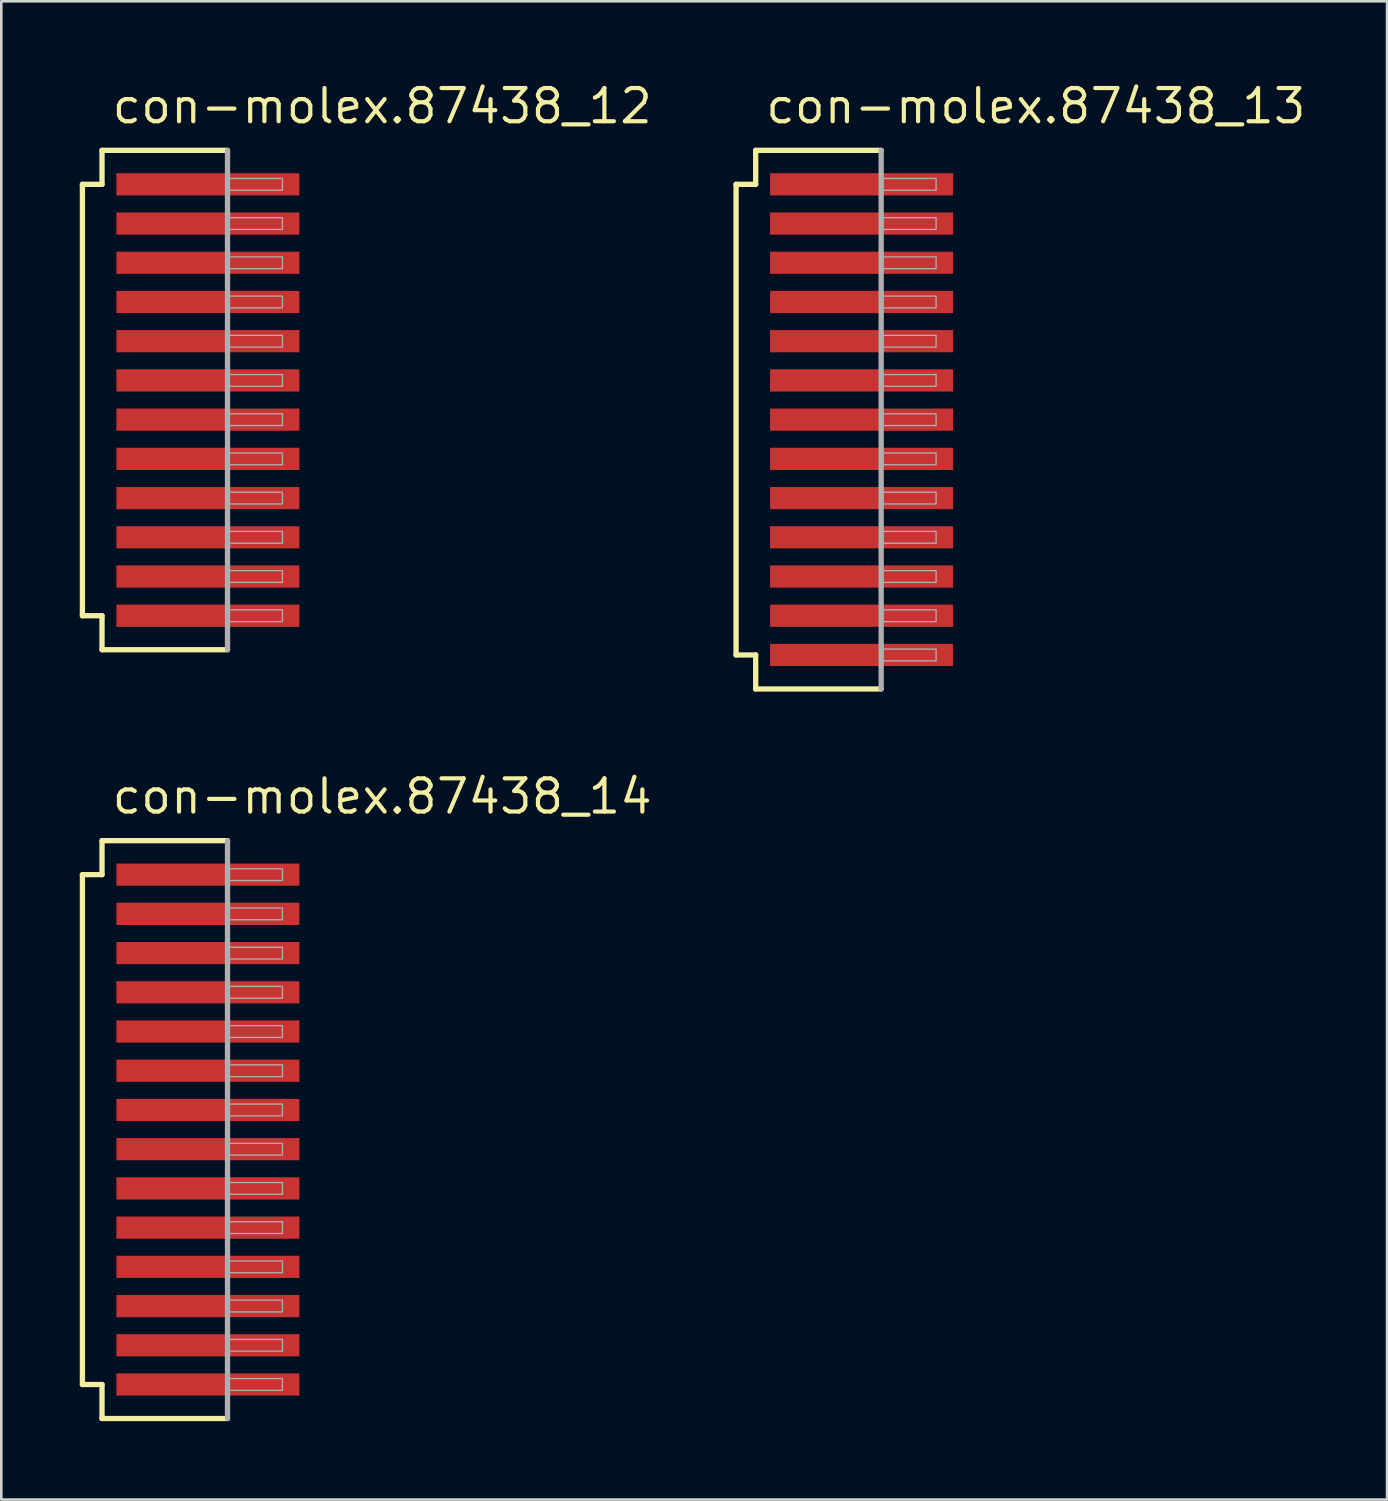
<source format=kicad_pcb>
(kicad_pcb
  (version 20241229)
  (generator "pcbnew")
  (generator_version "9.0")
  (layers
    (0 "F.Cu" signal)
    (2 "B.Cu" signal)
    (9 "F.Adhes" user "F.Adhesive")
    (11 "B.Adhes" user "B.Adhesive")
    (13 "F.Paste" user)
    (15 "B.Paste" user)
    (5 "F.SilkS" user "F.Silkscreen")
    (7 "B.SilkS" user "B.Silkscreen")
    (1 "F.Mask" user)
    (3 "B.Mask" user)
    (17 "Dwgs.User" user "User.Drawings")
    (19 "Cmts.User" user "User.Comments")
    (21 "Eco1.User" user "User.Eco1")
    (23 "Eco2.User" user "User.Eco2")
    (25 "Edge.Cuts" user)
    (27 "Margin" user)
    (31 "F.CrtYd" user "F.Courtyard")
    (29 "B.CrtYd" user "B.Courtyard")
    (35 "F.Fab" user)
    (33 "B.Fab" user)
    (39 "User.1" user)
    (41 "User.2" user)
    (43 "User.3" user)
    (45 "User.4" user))
  (footprint "con-molex.87438_12"
    (layer "F.Cu")
    (at 4.902 12.25)
    (property "Reference" "con-molex.87438_12" (at -3.75 -10.5 0) (layer "F.SilkS") (effects (font (size 1.27 1.27) (thickness 0.16)) (justify left bottom)))
    (attr smd)
    (fp_line (start -4.8 -8.25) (end -4.05 -8.25) (stroke (width 0.203) (type default)) (layer "F.SilkS"))
    (fp_line (start -4.8 8.25) (end -4.8 -8.25) (stroke (width 0.203) (type default)) (layer "F.SilkS"))
    (fp_line (start -4.05 -9.55) (end 0.75 -9.55) (stroke (width 0.203) (type default)) (layer "F.SilkS"))
    (fp_line (start -4.05 -8.25) (end -4.05 -9.55) (stroke (width 0.203) (type default)) (layer "F.SilkS"))
    (fp_line (start -4.05 8.25) (end -4.8 8.25) (stroke (width 0.203) (type default)) (layer "F.SilkS"))
    (fp_line (start -4.05 9.55) (end -4.05 8.25) (stroke (width 0.203) (type default)) (layer "F.SilkS"))
    (fp_line (start 0.75 9.55) (end -4.05 9.55) (stroke (width 0.203) (type default)) (layer "F.SilkS"))
    (fp_line (start 0.75 -9.55) (end 0.75 9.55) (stroke (width 0.203) (type default)) (layer "F.Fab"))
    (fp_rect (start 0.8 -8.025) (end 2.85 -8.475) (stroke (width 0.05) (type default)) (fill no) (layer "F.Fab"))
    (fp_rect (start 0.8 -6.525) (end 2.85 -6.975) (stroke (width 0.05) (type default)) (fill no) (layer "F.Fab"))
    (fp_rect (start 0.8 -5.025) (end 2.85 -5.475) (stroke (width 0.05) (type default)) (fill no) (layer "F.Fab"))
    (fp_rect (start 0.8 -3.525) (end 2.85 -3.975) (stroke (width 0.05) (type default)) (fill no) (layer "F.Fab"))
    (fp_rect (start 0.8 -2.025) (end 2.85 -2.475) (stroke (width 0.05) (type default)) (fill no) (layer "F.Fab"))
    (fp_rect (start 0.8 -0.525) (end 2.85 -0.975) (stroke (width 0.05) (type default)) (fill no) (layer "F.Fab"))
    (fp_rect (start 0.8 0.975) (end 2.85 0.525) (stroke (width 0.05) (type default)) (fill no) (layer "F.Fab"))
    (fp_rect (start 0.8 2.475) (end 2.85 2.025) (stroke (width 0.05) (type default)) (fill no) (layer "F.Fab"))
    (fp_rect (start 0.8 3.975) (end 2.85 3.525) (stroke (width 0.05) (type default)) (fill no) (layer "F.Fab"))
    (fp_rect (start 0.8 5.475) (end 2.85 5.025) (stroke (width 0.05) (type default)) (fill no) (layer "F.Fab"))
    (fp_rect (start 0.8 6.975) (end 2.85 6.525) (stroke (width 0.05) (type default)) (fill no) (layer "F.Fab"))
    (fp_rect (start 0.8 8.475) (end 2.85 8.025) (stroke (width 0.05) (type default)) (fill no) (layer "F.Fab"))
    (pad "1" smd roundrect (at 0 -8.25) (size 7 0.85) (layers "F.Cu" "F.Mask" "F.Paste") (roundrect_rratio 0.01))
    (pad "2" smd roundrect (at 0 -6.75) (size 7 0.85) (layers "F.Cu" "F.Mask" "F.Paste") (roundrect_rratio 0.01))
    (pad "3" smd roundrect (at 0 -5.25) (size 7 0.85) (layers "F.Cu" "F.Mask" "F.Paste") (roundrect_rratio 0.01))
    (pad "4" smd roundrect (at 0 -3.75) (size 7 0.85) (layers "F.Cu" "F.Mask" "F.Paste") (roundrect_rratio 0.01))
    (pad "5" smd roundrect (at 0 -2.25) (size 7 0.85) (layers "F.Cu" "F.Mask" "F.Paste") (roundrect_rratio 0.01))
    (pad "6" smd roundrect (at 0 -0.75) (size 7 0.85) (layers "F.Cu" "F.Mask" "F.Paste") (roundrect_rratio 0.01))
    (pad "7" smd roundrect (at 0 0.75) (size 7 0.85) (layers "F.Cu" "F.Mask" "F.Paste") (roundrect_rratio 0.01))
    (pad "8" smd roundrect (at 0 2.25) (size 7 0.85) (layers "F.Cu" "F.Mask" "F.Paste") (roundrect_rratio 0.01))
    (pad "9" smd roundrect (at 0 3.75) (size 7 0.85) (layers "F.Cu" "F.Mask" "F.Paste") (roundrect_rratio 0.01))
    (pad "10" smd roundrect (at 0 5.25) (size 7 0.85) (layers "F.Cu" "F.Mask" "F.Paste") (roundrect_rratio 0.01))
    (pad "11" smd roundrect (at 0 6.75) (size 7 0.85) (layers "F.Cu" "F.Mask" "F.Paste") (roundrect_rratio 0.01))
    (pad "12" smd roundrect (at 0 8.25) (size 7 0.85) (layers "F.Cu" "F.Mask" "F.Paste") (roundrect_rratio 0.01)))
  (footprint "con-molex.87438_13"
    (layer "F.Cu")
    (at 29.902 13)
    (property "Reference" "con-molex.87438_13" (at -3.75 -11.25 0) (layer "F.SilkS") (effects (font (size 1.27 1.27) (thickness 0.16)) (justify left bottom)))
    (attr smd)
    (fp_line (start -4.8 -9) (end -4.05 -9) (stroke (width 0.203) (type default)) (layer "F.SilkS"))
    (fp_line (start -4.8 9) (end -4.8 -9) (stroke (width 0.203) (type default)) (layer "F.SilkS"))
    (fp_line (start -4.05 -10.3) (end 0.75 -10.3) (stroke (width 0.203) (type default)) (layer "F.SilkS"))
    (fp_line (start -4.05 -9) (end -4.05 -10.3) (stroke (width 0.203) (type default)) (layer "F.SilkS"))
    (fp_line (start -4.05 9) (end -4.8 9) (stroke (width 0.203) (type default)) (layer "F.SilkS"))
    (fp_line (start -4.05 10.3) (end -4.05 9) (stroke (width 0.203) (type default)) (layer "F.SilkS"))
    (fp_line (start 0.75 10.3) (end -4.05 10.3) (stroke (width 0.203) (type default)) (layer "F.SilkS"))
    (fp_line (start 0.75 -10.3) (end 0.75 10.3) (stroke (width 0.203) (type default)) (layer "F.Fab"))
    (fp_rect (start 0.8 -8.775) (end 2.85 -9.225) (stroke (width 0.05) (type default)) (fill no) (layer "F.Fab"))
    (fp_rect (start 0.8 -7.275) (end 2.85 -7.725) (stroke (width 0.05) (type default)) (fill no) (layer "F.Fab"))
    (fp_rect (start 0.8 -5.775) (end 2.85 -6.225) (stroke (width 0.05) (type default)) (fill no) (layer "F.Fab"))
    (fp_rect (start 0.8 -4.275) (end 2.85 -4.725) (stroke (width 0.05) (type default)) (fill no) (layer "F.Fab"))
    (fp_rect (start 0.8 -2.775) (end 2.85 -3.225) (stroke (width 0.05) (type default)) (fill no) (layer "F.Fab"))
    (fp_rect (start 0.8 -1.275) (end 2.85 -1.725) (stroke (width 0.05) (type default)) (fill no) (layer "F.Fab"))
    (fp_rect (start 0.8 0.225) (end 2.85 -0.225) (stroke (width 0.05) (type default)) (fill no) (layer "F.Fab"))
    (fp_rect (start 0.8 1.725) (end 2.85 1.275) (stroke (width 0.05) (type default)) (fill no) (layer "F.Fab"))
    (fp_rect (start 0.8 3.225) (end 2.85 2.775) (stroke (width 0.05) (type default)) (fill no) (layer "F.Fab"))
    (fp_rect (start 0.8 4.725) (end 2.85 4.275) (stroke (width 0.05) (type default)) (fill no) (layer "F.Fab"))
    (fp_rect (start 0.8 6.225) (end 2.85 5.775) (stroke (width 0.05) (type default)) (fill no) (layer "F.Fab"))
    (fp_rect (start 0.8 7.725) (end 2.85 7.275) (stroke (width 0.05) (type default)) (fill no) (layer "F.Fab"))
    (fp_rect (start 0.8 9.225) (end 2.85 8.775) (stroke (width 0.05) (type default)) (fill no) (layer "F.Fab"))
    (pad "1" smd roundrect (at 0 -9) (size 7 0.85) (layers "F.Cu" "F.Mask" "F.Paste") (roundrect_rratio 0.01))
    (pad "2" smd roundrect (at 0 -7.5) (size 7 0.85) (layers "F.Cu" "F.Mask" "F.Paste") (roundrect_rratio 0.01))
    (pad "3" smd roundrect (at 0 -6) (size 7 0.85) (layers "F.Cu" "F.Mask" "F.Paste") (roundrect_rratio 0.01))
    (pad "4" smd roundrect (at 0 -4.5) (size 7 0.85) (layers "F.Cu" "F.Mask" "F.Paste") (roundrect_rratio 0.01))
    (pad "5" smd roundrect (at 0 -3) (size 7 0.85) (layers "F.Cu" "F.Mask" "F.Paste") (roundrect_rratio 0.01))
    (pad "6" smd roundrect (at 0 -1.5) (size 7 0.85) (layers "F.Cu" "F.Mask" "F.Paste") (roundrect_rratio 0.01))
    (pad "7" smd roundrect (at 0 0) (size 7 0.85) (layers "F.Cu" "F.Mask" "F.Paste") (roundrect_rratio 0.01))
    (pad "8" smd roundrect (at 0 1.5) (size 7 0.85) (layers "F.Cu" "F.Mask" "F.Paste") (roundrect_rratio 0.01))
    (pad "9" smd roundrect (at 0 3) (size 7 0.85) (layers "F.Cu" "F.Mask" "F.Paste") (roundrect_rratio 0.01))
    (pad "10" smd roundrect (at 0 4.5) (size 7 0.85) (layers "F.Cu" "F.Mask" "F.Paste") (roundrect_rratio 0.01))
    (pad "11" smd roundrect (at 0 6) (size 7 0.85) (layers "F.Cu" "F.Mask" "F.Paste") (roundrect_rratio 0.01))
    (pad "12" smd roundrect (at 0 7.5) (size 7 0.85) (layers "F.Cu" "F.Mask" "F.Paste") (roundrect_rratio 0.01))
    (pad "13" smd roundrect (at 0 9) (size 7 0.85) (layers "F.Cu" "F.Mask" "F.Paste") (roundrect_rratio 0.01)))
  (footprint "con-molex.87438_14"
    (layer "F.Cu")
    (at 4.902 40.152)
    (property "Reference" "con-molex.87438_14" (at -3.75 -12 0) (layer "F.SilkS") (effects (font (size 1.27 1.27) (thickness 0.16)) (justify left bottom)))
    (attr smd)
    (fp_line (start -4.8 -9.75) (end -4.05 -9.75) (stroke (width 0.203) (type default)) (layer "F.SilkS"))
    (fp_line (start -4.8 9.75) (end -4.8 -9.75) (stroke (width 0.203) (type default)) (layer "F.SilkS"))
    (fp_line (start -4.05 -11.05) (end 0.75 -11.05) (stroke (width 0.203) (type default)) (layer "F.SilkS"))
    (fp_line (start -4.05 -9.75) (end -4.05 -11.05) (stroke (width 0.203) (type default)) (layer "F.SilkS"))
    (fp_line (start -4.05 9.75) (end -4.8 9.75) (stroke (width 0.203) (type default)) (layer "F.SilkS"))
    (fp_line (start -4.05 11.05) (end -4.05 9.75) (stroke (width 0.203) (type default)) (layer "F.SilkS"))
    (fp_line (start 0.75 11.05) (end -4.05 11.05) (stroke (width 0.203) (type default)) (layer "F.SilkS"))
    (fp_line (start 0.75 -11.05) (end 0.75 11.05) (stroke (width 0.203) (type default)) (layer "F.Fab"))
    (fp_rect (start 0.8 -9.525) (end 2.85 -9.975) (stroke (width 0.05) (type default)) (fill no) (layer "F.Fab"))
    (fp_rect (start 0.8 -8.025) (end 2.85 -8.475) (stroke (width 0.05) (type default)) (fill no) (layer "F.Fab"))
    (fp_rect (start 0.8 -6.525) (end 2.85 -6.975) (stroke (width 0.05) (type default)) (fill no) (layer "F.Fab"))
    (fp_rect (start 0.8 -5.025) (end 2.85 -5.475) (stroke (width 0.05) (type default)) (fill no) (layer "F.Fab"))
    (fp_rect (start 0.8 -3.525) (end 2.85 -3.975) (stroke (width 0.05) (type default)) (fill no) (layer "F.Fab"))
    (fp_rect (start 0.8 -2.025) (end 2.85 -2.475) (stroke (width 0.05) (type default)) (fill no) (layer "F.Fab"))
    (fp_rect (start 0.8 -0.525) (end 2.85 -0.975) (stroke (width 0.05) (type default)) (fill no) (layer "F.Fab"))
    (fp_rect (start 0.8 0.975) (end 2.85 0.525) (stroke (width 0.05) (type default)) (fill no) (layer "F.Fab"))
    (fp_rect (start 0.8 2.475) (end 2.85 2.025) (stroke (width 0.05) (type default)) (fill no) (layer "F.Fab"))
    (fp_rect (start 0.8 3.975) (end 2.85 3.525) (stroke (width 0.05) (type default)) (fill no) (layer "F.Fab"))
    (fp_rect (start 0.8 5.475) (end 2.85 5.025) (stroke (width 0.05) (type default)) (fill no) (layer "F.Fab"))
    (fp_rect (start 0.8 6.975) (end 2.85 6.525) (stroke (width 0.05) (type default)) (fill no) (layer "F.Fab"))
    (fp_rect (start 0.8 8.475) (end 2.85 8.025) (stroke (width 0.05) (type default)) (fill no) (layer "F.Fab"))
    (fp_rect (start 0.8 9.975) (end 2.85 9.525) (stroke (width 0.05) (type default)) (fill no) (layer "F.Fab"))
    (pad "1" smd roundrect (at 0 -9.75) (size 7 0.85) (layers "F.Cu" "F.Mask" "F.Paste") (roundrect_rratio 0.01))
    (pad "2" smd roundrect (at 0 -8.25) (size 7 0.85) (layers "F.Cu" "F.Mask" "F.Paste") (roundrect_rratio 0.01))
    (pad "3" smd roundrect (at 0 -6.75) (size 7 0.85) (layers "F.Cu" "F.Mask" "F.Paste") (roundrect_rratio 0.01))
    (pad "4" smd roundrect (at 0 -5.25) (size 7 0.85) (layers "F.Cu" "F.Mask" "F.Paste") (roundrect_rratio 0.01))
    (pad "5" smd roundrect (at 0 -3.75) (size 7 0.85) (layers "F.Cu" "F.Mask" "F.Paste") (roundrect_rratio 0.01))
    (pad "6" smd roundrect (at 0 -2.25) (size 7 0.85) (layers "F.Cu" "F.Mask" "F.Paste") (roundrect_rratio 0.01))
    (pad "7" smd roundrect (at 0 -0.75) (size 7 0.85) (layers "F.Cu" "F.Mask" "F.Paste") (roundrect_rratio 0.01))
    (pad "8" smd roundrect (at 0 0.75) (size 7 0.85) (layers "F.Cu" "F.Mask" "F.Paste") (roundrect_rratio 0.01))
    (pad "9" smd roundrect (at 0 2.25) (size 7 0.85) (layers "F.Cu" "F.Mask" "F.Paste") (roundrect_rratio 0.01))
    (pad "10" smd roundrect (at 0 3.75) (size 7 0.85) (layers "F.Cu" "F.Mask" "F.Paste") (roundrect_rratio 0.01))
    (pad "11" smd roundrect (at 0 5.25) (size 7 0.85) (layers "F.Cu" "F.Mask" "F.Paste") (roundrect_rratio 0.01))
    (pad "12" smd roundrect (at 0 6.75) (size 7 0.85) (layers "F.Cu" "F.Mask" "F.Paste") (roundrect_rratio 0.01))
    (pad "13" smd roundrect (at 0 8.25) (size 7 0.85) (layers "F.Cu" "F.Mask" "F.Paste") (roundrect_rratio 0.01))
    (pad "14" smd roundrect (at 0 9.75) (size 7 0.85) (layers "F.Cu" "F.Mask" "F.Paste") (roundrect_rratio 0.01)))
  (gr_rect
    (start -3 -3)
    (end 50 54.303)
    (stroke (width 0.1) (type default))
    (fill no)
    (layer "Edge.Cuts")))
</source>
